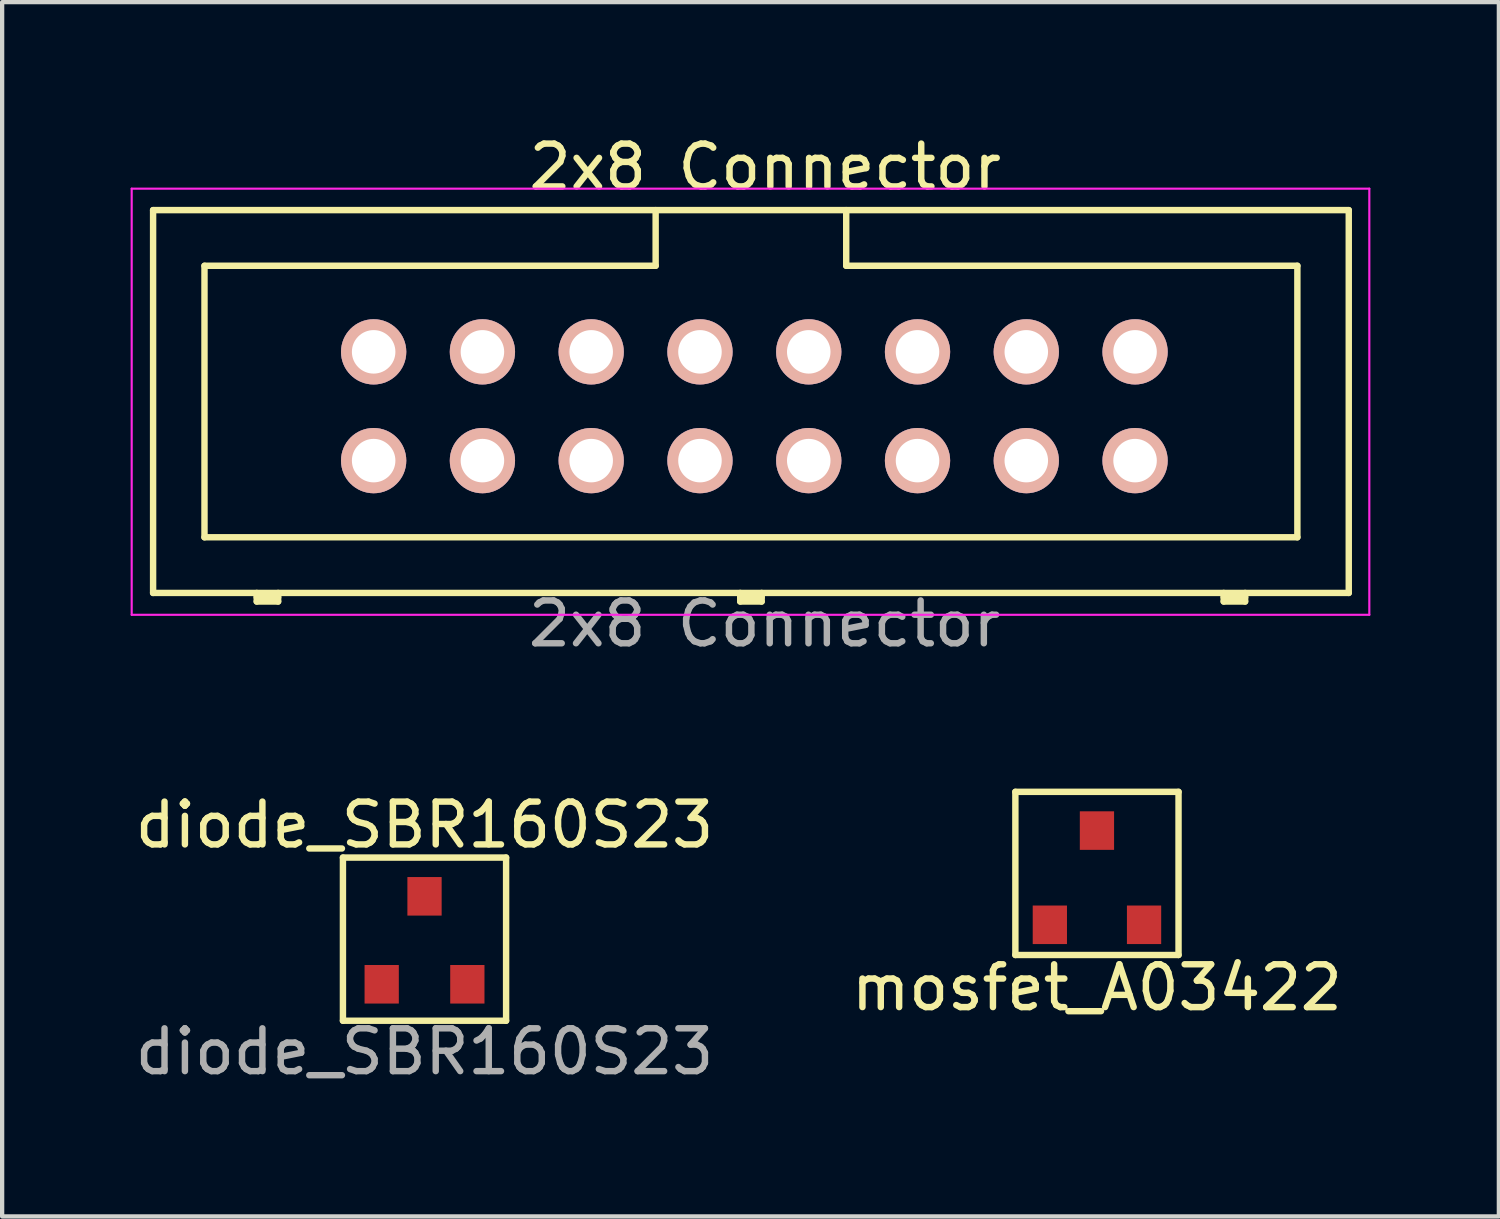
<source format=kicad_pcb>
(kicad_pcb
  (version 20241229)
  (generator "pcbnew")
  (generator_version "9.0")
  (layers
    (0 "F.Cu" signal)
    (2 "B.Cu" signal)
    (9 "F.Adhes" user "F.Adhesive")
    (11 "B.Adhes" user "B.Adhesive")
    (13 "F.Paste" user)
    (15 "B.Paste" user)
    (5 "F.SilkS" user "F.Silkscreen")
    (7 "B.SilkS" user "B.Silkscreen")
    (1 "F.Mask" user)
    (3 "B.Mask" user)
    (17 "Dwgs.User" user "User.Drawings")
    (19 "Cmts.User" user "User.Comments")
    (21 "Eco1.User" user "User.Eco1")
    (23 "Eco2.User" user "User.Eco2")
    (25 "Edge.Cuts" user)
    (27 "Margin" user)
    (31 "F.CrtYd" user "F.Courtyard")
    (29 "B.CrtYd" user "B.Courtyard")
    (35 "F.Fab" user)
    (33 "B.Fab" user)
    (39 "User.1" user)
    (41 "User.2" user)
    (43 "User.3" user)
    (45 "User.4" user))
  (footprint "diode_SBR160S23"
    (layer "F.Cu")
    (at 6.863 18.88)
    (property "Reference" "diode_SBR160S23" (at 0 -2.667 0) (unlocked yes) (layer "F.SilkS") (effects (font (size 1 1) (thickness 0.15))))
    (attr smd)
    (fp_line (start -1.905 -1.905) (end -1.905 1.905) (stroke (width 0.15) (type solid)) (layer "F.SilkS"))
    (fp_line (start -1.905 1.905) (end 1.905 1.905) (stroke (width 0.15) (type solid)) (layer "F.SilkS"))
    (fp_line (start 1.905 -1.905) (end -1.905 -1.905) (stroke (width 0.15) (type solid)) (layer "F.SilkS"))
    (fp_line (start 1.905 1.905) (end 1.905 -1.905) (stroke (width 0.15) (type solid)) (layer "F.SilkS"))
    (fp_text user "${REFERENCE}" (at 0 2.627 0) (unlocked yes) (layer "F.Fab") (effects (font (size 1 1) (thickness 0.15))))
    (pad "1" smd rect (at 0 -1) (size 0.8 0.9) (layers "F.Cu" "F.Mask" "F.Paste"))
    (pad "2" smd rect (at 1 1.054) (size 0.8 0.9) (layers "F.Cu" "F.Mask" "F.Paste"))
    (pad "3" smd rect (at -1 1.054) (size 0.8 0.9) (layers "F.Cu" "F.Mask" "F.Paste")))
  (footprint "mosfet_A03422"
    (layer "F.Cu")
    (at 22.565 17.345)
    (property "Reference" "mosfet_A03422" (at 0 2.667 180) (layer "F.SilkS") (effects (font (size 1 1) (thickness 0.15))))
    (attr through_hole)
    (fp_line (start -1.905 -1.905) (end -1.905 1.905) (stroke (width 0.15) (type solid)) (layer "F.SilkS"))
    (fp_line (start -1.905 1.905) (end 1.905 1.905) (stroke (width 0.15) (type solid)) (layer "F.SilkS"))
    (fp_line (start 1.905 -1.905) (end -1.905 -1.905) (stroke (width 0.15) (type solid)) (layer "F.SilkS"))
    (fp_line (start 1.905 1.905) (end 1.905 -1.905) (stroke (width 0.15) (type solid)) (layer "F.SilkS"))
    (pad "1" smd rect (at -1.1 1.2) (size 0.8 0.9) (layers "F.Cu" "F.Mask" "F.Paste"))
    (pad "2" smd rect (at 1.1 1.2) (size 0.8 0.9) (layers "F.Cu" "F.Mask" "F.Paste"))
    (pad "3" smd rect (at 0 -1) (size 0.8 0.9) (layers "F.Cu" "F.Mask" "F.Paste")))
  (footprint "2x8 Connector"
    (layer "F.Cu")
    (at 14.565 6.436)
    (property "Reference" "2x8 Connector" (at 0.254 -5.588 0) (unlocked yes) (layer "F.SilkS") (effects (font (size 1 1) (thickness 0.15))))
    (attr through_hole)
    (fp_line (start -14.04 -4.58) (end 13.88 -4.58) (stroke (width 0.15) (type solid)) (layer "F.SilkS"))
    (fp_line (start -14.04 4.36) (end -14.04 -4.58) (stroke (width 0.15) (type solid)) (layer "F.SilkS"))
    (fp_line (start -12.84 -3.28) (end -2.305 -3.28) (stroke (width 0.15) (type solid)) (layer "F.SilkS"))
    (fp_line (start -12.84 3.06) (end -12.84 -3.28) (stroke (width 0.15) (type solid)) (layer "F.SilkS"))
    (fp_line (start -11.62 4.56) (end -11.62 4.36) (stroke (width 0.15) (type solid)) (layer "F.SilkS"))
    (fp_line (start -11.12 4.36) (end -11.12 4.56) (stroke (width 0.15) (type solid)) (layer "F.SilkS"))
    (fp_line (start -11.12 4.46) (end -11.62 4.46) (stroke (width 0.15) (type solid)) (layer "F.SilkS"))
    (fp_line (start -11.12 4.56) (end -11.62 4.56) (stroke (width 0.15) (type solid)) (layer "F.SilkS"))
    (fp_line (start -2.305 -3.28) (end -2.305 -4.58) (stroke (width 0.15) (type solid)) (layer "F.SilkS"))
    (fp_line (start -0.33 4.56) (end -0.33 4.36) (stroke (width 0.15) (type solid)) (layer "F.SilkS"))
    (fp_line (start 0.17 4.36) (end 0.17 4.56) (stroke (width 0.15) (type solid)) (layer "F.SilkS"))
    (fp_line (start 0.17 4.46) (end -0.33 4.46) (stroke (width 0.15) (type solid)) (layer "F.SilkS"))
    (fp_line (start 0.17 4.56) (end -0.33 4.56) (stroke (width 0.15) (type solid)) (layer "F.SilkS"))
    (fp_line (start 2.145 -4.58) (end 2.145 -3.28) (stroke (width 0.15) (type solid)) (layer "F.SilkS"))
    (fp_line (start 2.145 -3.28) (end 12.68 -3.28) (stroke (width 0.15) (type solid)) (layer "F.SilkS"))
    (fp_line (start 10.96 4.56) (end 10.96 4.36) (stroke (width 0.15) (type solid)) (layer "F.SilkS"))
    (fp_line (start 11.46 4.36) (end 11.46 4.56) (stroke (width 0.15) (type solid)) (layer "F.SilkS"))
    (fp_line (start 11.46 4.46) (end 10.96 4.46) (stroke (width 0.15) (type solid)) (layer "F.SilkS"))
    (fp_line (start 11.46 4.56) (end 10.96 4.56) (stroke (width 0.15) (type solid)) (layer "F.SilkS"))
    (fp_line (start 12.68 -3.28) (end 12.68 3.06) (stroke (width 0.15) (type solid)) (layer "F.SilkS"))
    (fp_line (start 12.68 3.06) (end -12.84 3.06) (stroke (width 0.15) (type solid)) (layer "F.SilkS"))
    (fp_line (start 13.88 -4.58) (end 13.88 4.36) (stroke (width 0.15) (type solid)) (layer "F.SilkS"))
    (fp_line (start 13.88 4.36) (end -14.04 4.36) (stroke (width 0.15) (type solid)) (layer "F.SilkS"))
    (fp_line (start -14.54 -5.08) (end 14.36 -5.08) (stroke (width 0.05) (type solid)) (layer "F.CrtYd"))
    (fp_line (start -14.54 4.87) (end -14.54 -5.08) (stroke (width 0.05) (type solid)) (layer "F.CrtYd"))
    (fp_line (start 14.36 -5.08) (end 14.36 4.87) (stroke (width 0.05) (type solid)) (layer "F.CrtYd"))
    (fp_line (start 14.36 4.87) (end -14.54 4.87) (stroke (width 0.05) (type solid)) (layer "F.CrtYd"))
    (fp_text user "${REFERENCE}" (at 0.24 5.08 0) (unlocked yes) (layer "F.Fab") (effects (font (size 1 1) (thickness 0.15))))
    (pad "1" thru_hole circle (at -8.89 1.27 180) (size 1.524 1.524) (drill 1.016) (layers "*.Cu" "*.Mask" "B.SilkS"))
    (pad "2" thru_hole circle (at -8.89 -1.27 180) (size 1.524 1.524) (drill 1.016) (layers "*.Cu" "*.Mask" "B.SilkS"))
    (pad "3" thru_hole circle (at -6.35 1.27 180) (size 1.524 1.524) (drill 1.016) (layers "*.Cu" "*.Mask" "B.SilkS"))
    (pad "4" thru_hole circle (at -6.35 -1.27 180) (size 1.524 1.524) (drill 1.016) (layers "*.Cu" "*.Mask" "B.SilkS"))
    (pad "5" thru_hole circle (at -3.81 1.27 180) (size 1.524 1.524) (drill 1.016) (layers "*.Cu" "*.Mask" "B.SilkS"))
    (pad "6" thru_hole circle (at -3.81 -1.27 180) (size 1.524 1.524) (drill 1.016) (layers "*.Cu" "*.Mask" "B.SilkS"))
    (pad "7" thru_hole circle (at -1.27 1.27 180) (size 1.524 1.524) (drill 1.016) (layers "*.Cu" "*.Mask" "B.SilkS"))
    (pad "8" thru_hole circle (at -1.27 -1.27 180) (size 1.524 1.524) (drill 1.016) (layers "*.Cu" "*.Mask" "B.SilkS"))
    (pad "9" thru_hole circle (at 1.27 1.27 180) (size 1.524 1.524) (drill 1.016) (layers "*.Cu" "*.Mask" "B.SilkS"))
    (pad "10" thru_hole circle (at 1.27 -1.27 180) (size 1.524 1.524) (drill 1.016) (layers "*.Cu" "*.Mask" "B.SilkS"))
    (pad "11" thru_hole circle (at 3.81 1.27 180) (size 1.524 1.524) (drill 1.016) (layers "*.Cu" "*.Mask" "B.SilkS"))
    (pad "12" thru_hole circle (at 3.81 -1.27 180) (size 1.524 1.524) (drill 1.016) (layers "*.Cu" "*.Mask" "B.SilkS"))
    (pad "13" thru_hole circle (at 6.35 1.27 180) (size 1.524 1.524) (drill 1.016) (layers "*.Cu" "*.Mask" "B.SilkS"))
    (pad "14" thru_hole circle (at 6.35 -1.27 180) (size 1.524 1.524) (drill 1.016) (layers "*.Cu" "*.Mask" "B.SilkS"))
    (pad "15" thru_hole circle (at 8.89 1.27 180) (size 1.524 1.524) (drill 1.016) (layers "*.Cu" "*.Mask" "B.SilkS"))
    (pad "16" thru_hole circle (at 8.89 -1.27 180) (size 1.524 1.524) (drill 1.016) (layers "*.Cu" "*.Mask" "B.SilkS")))
  (gr_rect
    (start -3 -3)
    (end 31.95 25.355)
    (stroke (width 0.1) (type default))
    (fill no)
    (layer "Edge.Cuts")))
</source>
